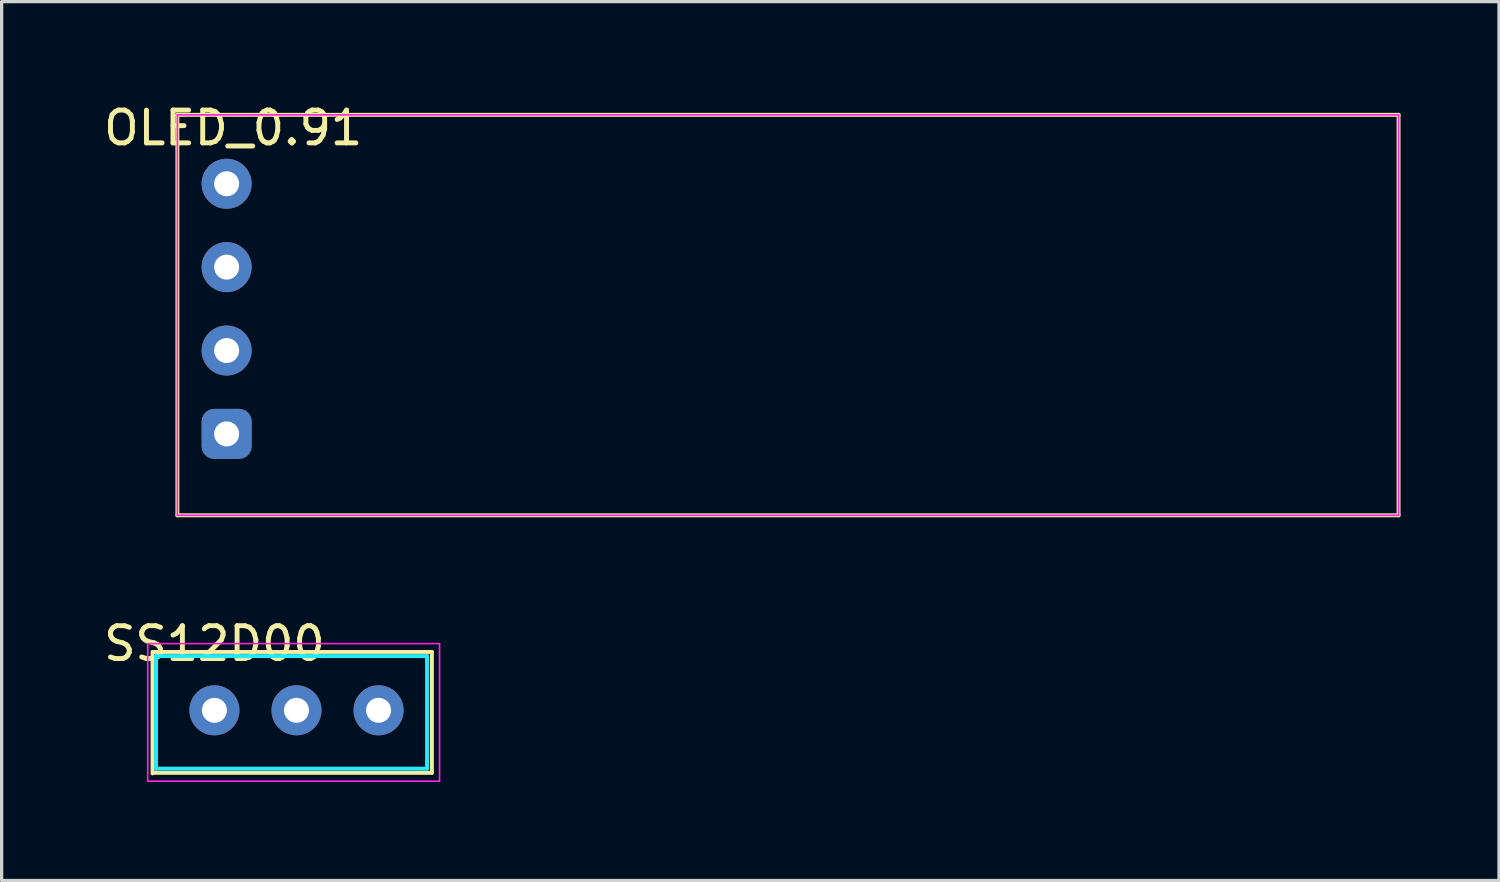
<source format=kicad_pcb>
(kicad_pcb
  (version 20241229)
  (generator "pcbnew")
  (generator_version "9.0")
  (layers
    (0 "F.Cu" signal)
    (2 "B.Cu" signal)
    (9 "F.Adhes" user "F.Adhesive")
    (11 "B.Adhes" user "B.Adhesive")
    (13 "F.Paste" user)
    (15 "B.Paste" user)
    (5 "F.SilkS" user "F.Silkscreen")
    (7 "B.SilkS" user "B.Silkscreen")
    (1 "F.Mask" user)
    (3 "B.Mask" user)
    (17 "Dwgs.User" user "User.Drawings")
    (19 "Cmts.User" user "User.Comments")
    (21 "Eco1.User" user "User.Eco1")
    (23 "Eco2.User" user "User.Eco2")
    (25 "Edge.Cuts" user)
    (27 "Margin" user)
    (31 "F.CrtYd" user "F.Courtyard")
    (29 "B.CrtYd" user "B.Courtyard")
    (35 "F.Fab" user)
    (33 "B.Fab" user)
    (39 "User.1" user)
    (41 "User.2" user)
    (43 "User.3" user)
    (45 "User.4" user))
  (footprint "OLED_0.91"
    (layer "F.Cu")
    (at 3.854 2.548)
    (property "Reference" "OLED_0.91" (at 0.2 -1.7 0) (layer "F.SilkS") (effects (font (size 1 1) (thickness 0.15))))
    (attr through_hole)
    (fp_line (start -1.5 -2.1) (end -1.5 10.1) (stroke (width 0.12) (type solid)) (layer "F.SilkS"))
    (fp_line (start -1.5 -2.1) (end 35.7 -2.1) (stroke (width 0.12) (type solid)) (layer "F.SilkS"))
    (fp_line (start -1.5 10.1) (end 35.7 10.1) (stroke (width 0.12) (type solid)) (layer "F.SilkS"))
    (fp_line (start 35.7 -2.1) (end 35.7 10.1) (stroke (width 0.12) (type solid)) (layer "F.SilkS"))
    (fp_line (start -1.5 -2.1) (end -1.5 10.1) (stroke (width 0.05) (type solid)) (layer "F.CrtYd"))
    (fp_line (start -1.5 10.1) (end 35.7 10.1) (stroke (width 0.05) (type solid)) (layer "F.CrtYd"))
    (fp_line (start 35.7 -2.1) (end -1.5 -2.1) (stroke (width 0.05) (type solid)) (layer "F.CrtYd"))
    (fp_line (start 35.7 10.1) (end 35.7 -2.1) (stroke (width 0.05) (type solid)) (layer "F.CrtYd"))
    (pad "1" thru_hole roundrect (at 0 7.62) (size 1.524 1.524) (drill 0.762) (layers "*.Cu" "*.Mask") (roundrect_rratio 0.25))
    (pad "2" thru_hole circle (at 0 5.08) (size 1.524 1.524) (drill 0.762) (layers "*.Cu" "*.Mask"))
    (pad "3" thru_hole circle (at 0 2.54) (size 1.524 1.524) (drill 0.762) (layers "*.Cu" "*.Mask"))
    (pad "4" thru_hole circle (at 0 0) (size 1.524 1.524) (drill 0.762) (layers "*.Cu" "*.Mask")))
  (footprint "SS12D00"
    (layer "F.Cu")
    (at 3.482 18.588)
    (property "Reference" "SS12D00" (at 0 -2.032 0) (layer "F.SilkS") (effects (font (size 1 1) (thickness 0.15))))
    (attr through_hole)
    (fp_line (start -1.885 -1.778) (end -1.885 1.922) (stroke (width 0.12) (type solid)) (layer "F.SilkS"))
    (fp_line (start -1.876 -1.778) (end 6.624 -1.778) (stroke (width 0.12) (type solid)) (layer "F.SilkS"))
    (fp_line (start -1.876 1.905) (end 6.624 1.905) (stroke (width 0.12) (type solid)) (layer "F.SilkS"))
    (fp_line (start 6.624 -1.778) (end 6.624 1.905) (stroke (width 0.12) (type solid)) (layer "F.SilkS"))
    (fp_line (start -1.778 -1.651) (end -1.778 1.778) (stroke (width 0.12) (type solid)) (layer "B.CrtYd"))
    (fp_line (start -1.778 1.778) (end 6.477 1.778) (stroke (width 0.12) (type solid)) (layer "B.CrtYd"))
    (fp_line (start 6.477 -1.651) (end -1.778 -1.651) (stroke (width 0.12) (type solid)) (layer "B.CrtYd"))
    (fp_line (start 6.477 1.778) (end 6.477 -1.651) (stroke (width 0.12) (type solid)) (layer "B.CrtYd"))
    (fp_line (start -2.032 -2.032) (end -2.032 -1.905) (stroke (width 0.05) (type solid)) (layer "F.CrtYd"))
    (fp_line (start -2.032 -1.905) (end -2.032 2.159) (stroke (width 0.05) (type solid)) (layer "F.CrtYd"))
    (fp_line (start -2.032 2.159) (end 6.858 2.159) (stroke (width 0.05) (type solid)) (layer "F.CrtYd"))
    (fp_line (start 6.858 -2.032) (end -2.032 -2.032) (stroke (width 0.05) (type solid)) (layer "F.CrtYd"))
    (fp_line (start 6.858 2.159) (end 6.858 -2.032) (stroke (width 0.05) (type solid)) (layer "F.CrtYd"))
    (pad "1" thru_hole circle (at 0 0) (size 1.524 1.524) (drill 0.762) (layers "*.Cu" "*.Mask"))
    (pad "2" thru_hole circle (at 2.5 0) (size 1.524 1.524) (drill 0.762) (layers "*.Cu" "*.Mask"))
    (pad "3" thru_hole circle (at 5 0) (size 1.524 1.524) (drill 0.762) (layers "*.Cu" "*.Mask")))
  (gr_rect
    (start -3 -3)
    (end 42.614 23.773)
    (stroke (width 0.1) (type default))
    (fill no)
    (layer "Edge.Cuts")))
</source>
